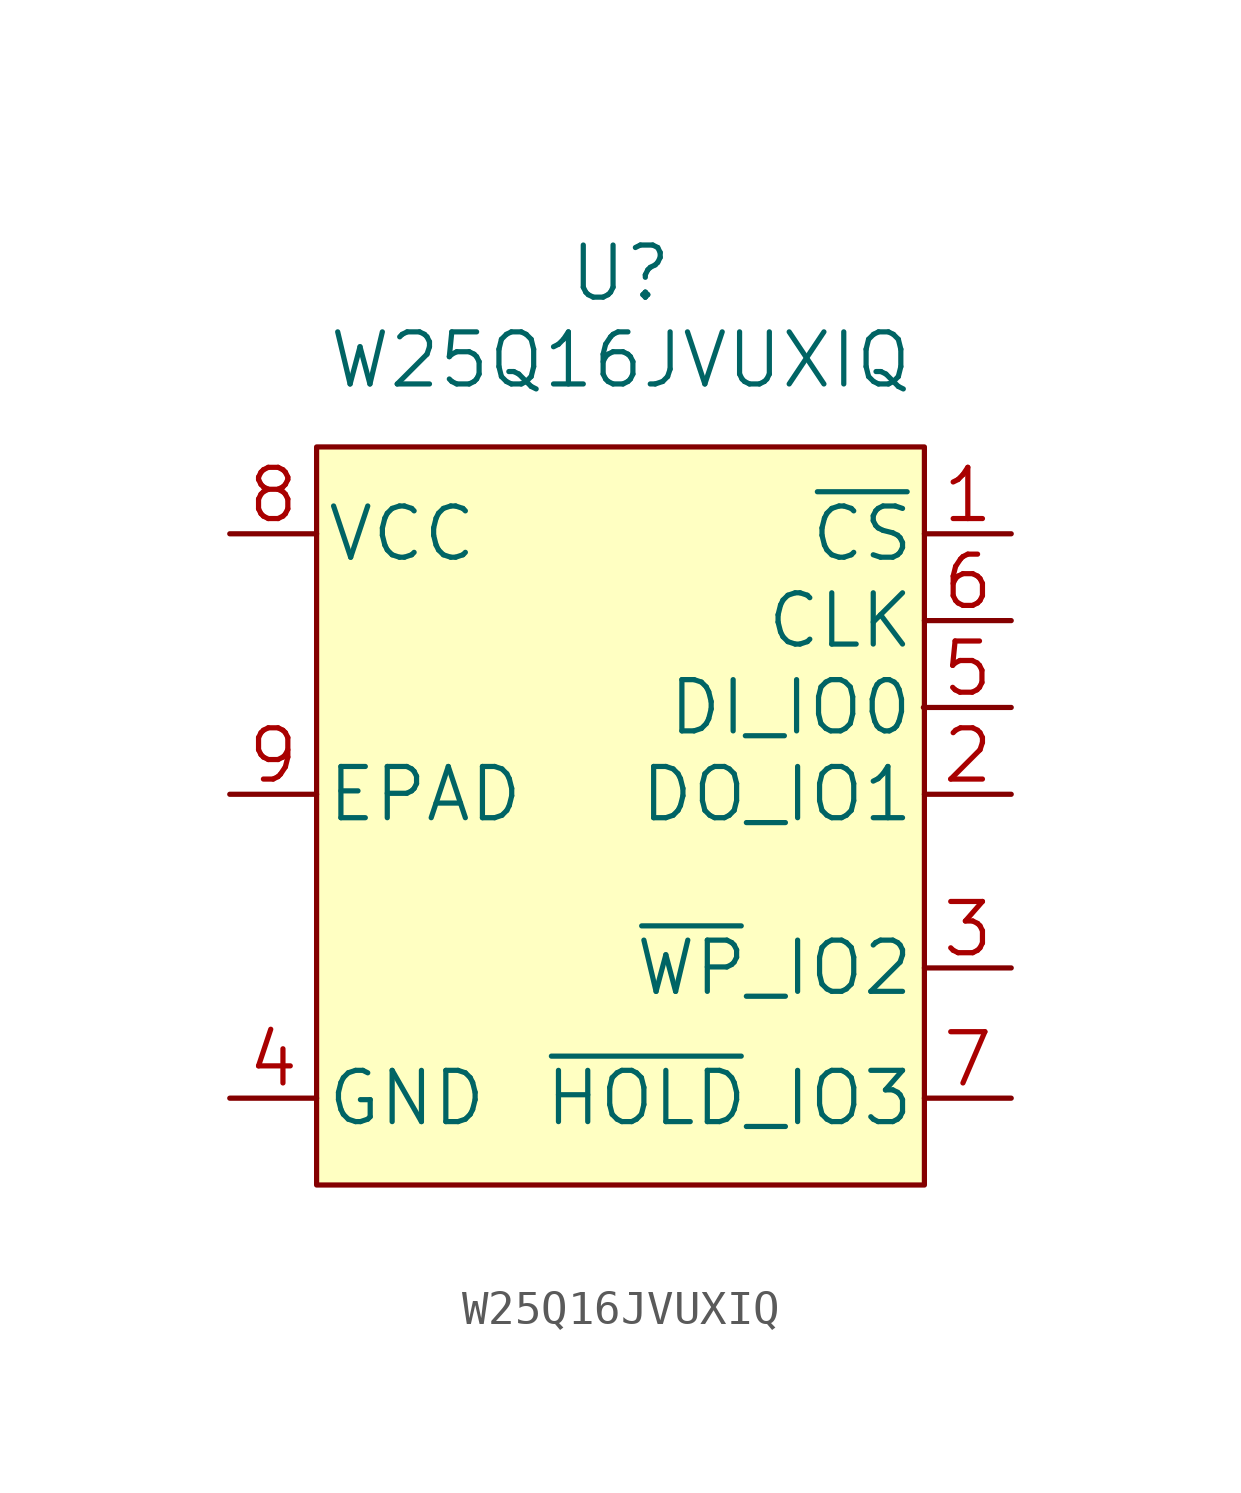
<source format=kicad_sym>
(kicad_symbol_lib
  (version 20231120)
  (generator "kicad_symbol_editor")
  (generator_version "8.0")
  (symbol "W25Q16JVUXIQ"
    (pin_names
      (offset 0.254))
    (property "Reference" "U"
      (at 0 15.24 0)
      (effects (font (size 1.524 1.524))))
    (property "Value" "W25Q16JVUXIQ"
      (at 0 12.7 0)
      (effects (font (size 1.524 1.524))))
    (property "Datasheet" ""
      (at 0 0 0)
      (effects (font (size 1.524 1.524))))
    (symbol "W25Q16JVUXIQ_1_1"
      (rectangle (start -8.89 10.16) (end 8.89 -11.43) (stroke (width 0) (type default)) (fill (type background)))
      (pin input line (at 11.43 7.62 180) (length 2.54) (name "~{CS}" (effects (font (size 1.499 1.499)))) (number "1" (effects (font (size 1.499 1.499)))))
      (pin bidirectional line (at 11.43 0 180) (length 2.54) (name "DO_IO1" (effects (font (size 1.499 1.499)))) (number "2" (effects (font (size 1.499 1.499)))))
      (pin bidirectional line (at 11.43 -5.08 180) (length 2.54) (name "~{WP}_IO2" (effects (font (size 1.499 1.499)))) (number "3" (effects (font (size 1.499 1.499)))))
      (pin power_in line (at -11.43 -8.89 0) (length 2.54) (name "GND" (effects (font (size 1.499 1.499)))) (number "4" (effects (font (size 1.499 1.499)))))
      (pin bidirectional line (at 11.43 2.54 180) (length 2.57) (name "DI_IO0" (effects (font (size 1.499 1.499)))) (number "5" (effects (font (size 1.499 1.499)))))
      (pin input line (at 11.43 5.08 180) (length 2.54) (name "CLK" (effects (font (size 1.499 1.499)))) (number "6" (effects (font (size 1.499 1.499)))))
      (pin bidirectional line (at 11.43 -8.89 180) (length 2.54) (name "~{HOLD}_IO3" (effects (font (size 1.499 1.499)))) (number "7" (effects (font (size 1.499 1.499)))))
      (pin power_in line (at -11.43 7.62 0) (length 2.54) (name "VCC" (effects (font (size 1.499 1.499)))) (number "8" (effects (font (size 1.499 1.499)))))
      (pin power_in line (at -11.43 0 0) (length 2.54) (name "EPAD" (effects (font (size 1.499 1.499)))) (number "9" (effects (font (size 1.499 1.499))))))))
</source>
